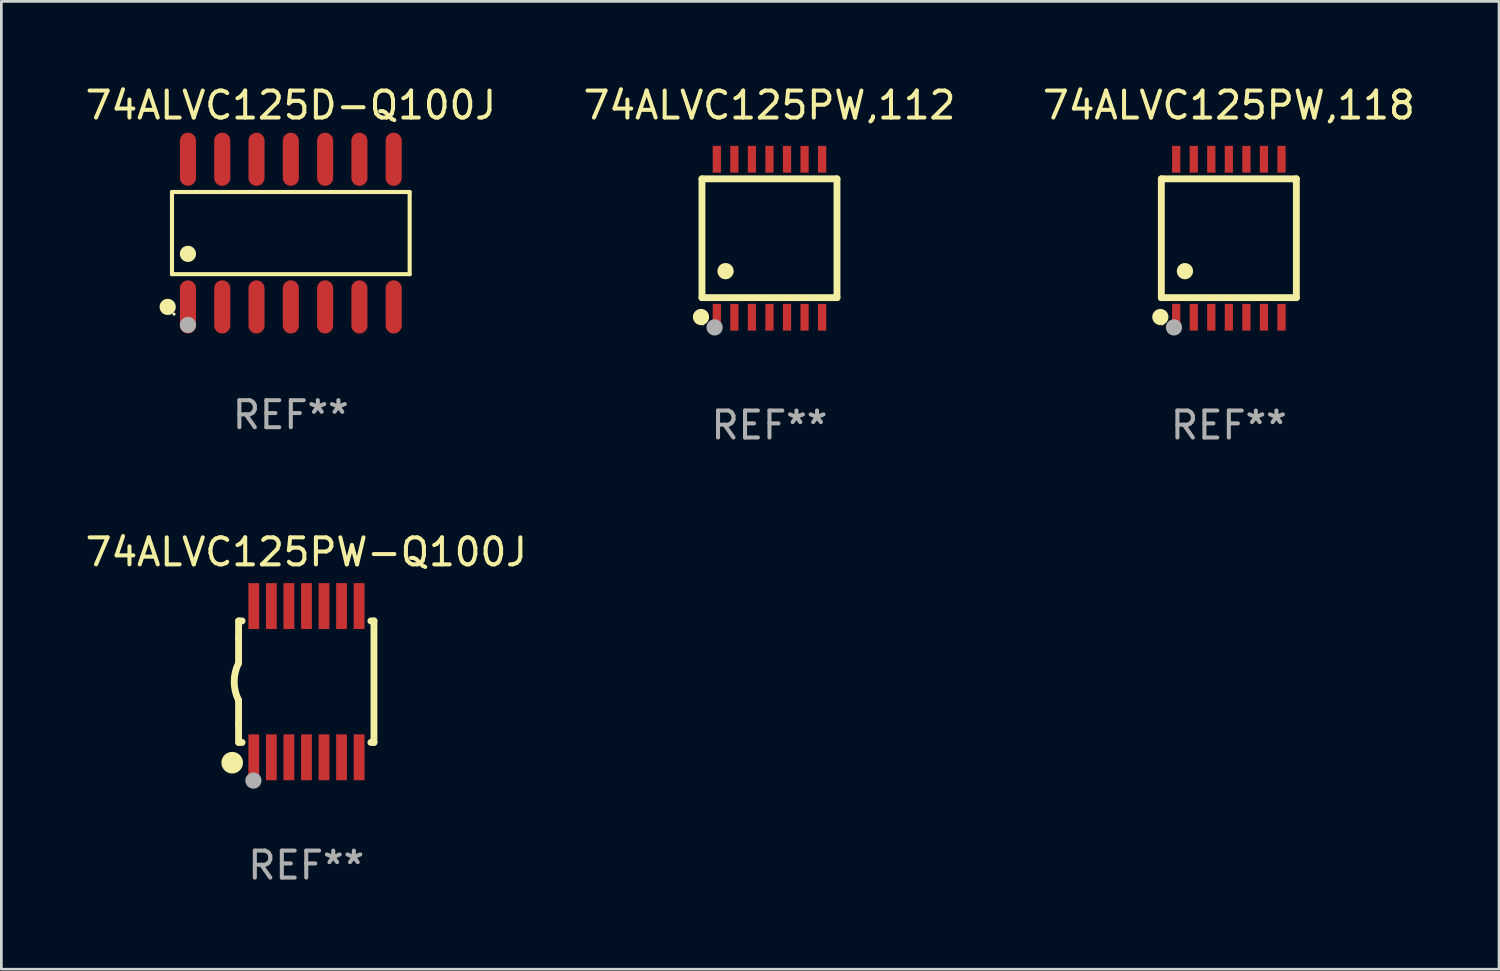
<source format=kicad_pcb>
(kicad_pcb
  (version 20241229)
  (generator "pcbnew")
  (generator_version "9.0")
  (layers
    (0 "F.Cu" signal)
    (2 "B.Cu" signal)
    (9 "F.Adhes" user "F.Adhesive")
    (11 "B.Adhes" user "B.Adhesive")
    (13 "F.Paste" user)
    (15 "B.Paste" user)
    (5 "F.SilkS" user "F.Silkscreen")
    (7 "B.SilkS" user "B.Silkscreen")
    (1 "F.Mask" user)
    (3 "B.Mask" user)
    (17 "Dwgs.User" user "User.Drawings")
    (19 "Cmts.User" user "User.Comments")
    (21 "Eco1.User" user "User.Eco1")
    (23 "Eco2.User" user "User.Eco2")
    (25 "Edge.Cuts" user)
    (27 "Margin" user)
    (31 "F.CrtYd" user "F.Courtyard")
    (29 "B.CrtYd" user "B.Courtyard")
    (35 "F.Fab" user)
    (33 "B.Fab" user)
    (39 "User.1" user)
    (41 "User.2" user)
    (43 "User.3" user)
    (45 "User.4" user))
  (footprint "74ALVC125PW,112"
    (layer "F.Cu")
    (at 25.446 5.773)
    (property "Reference" "74ALVC125PW,112" (at 0 -4.925 0) (layer "F.SilkS") (effects (font (size 1 1) (thickness 0.15))))
    (attr through_hole)
    (fp_line (start -2.5 2.2) (end -2.5 -2.2) (stroke (width 0.254) (type solid)) (layer "F.SilkS"))
    (fp_line (start -2.5 2.2) (end 2.5 2.2) (stroke (width 0.254) (type solid)) (layer "F.SilkS"))
    (fp_line (start 2.5 -2.2) (end -2.5 -2.2) (stroke (width 0.254) (type solid)) (layer "F.SilkS"))
    (fp_line (start 2.5 -2.2) (end 2.5 2.2) (stroke (width 0.254) (type solid)) (layer "F.SilkS"))
    (fp_circle (center -2.536 2.917) (end -2.386 2.917) (stroke (width 0.3) (type solid)) (fill no) (layer "F.SilkS"))
    (fp_circle (center -2.47 3.17) (end -2.44 3.17) (stroke (width 0.06) (type solid)) (fill no) (layer "F.SilkS"))
    (fp_circle (center -1.626 1.219) (end -1.475 1.219) (stroke (width 0.3) (type solid)) (fill no) (layer "F.SilkS"))
    (fp_circle (center -2.032 3.302) (end -1.882 3.302) (stroke (width 0.3) (type solid)) (fill no) (layer "F.Fab"))
    (fp_text user "REF**" (at 0 6.925 0) (layer "F.Fab") (effects (font (size 1 1) (thickness 0.15))))
    (pad "1" smd rect (at -1.95 2.925) (size 0.305 0.991) (layers "F.Cu" "F.Mask" "F.Paste"))
    (pad "2" smd rect (at -1.3 2.925) (size 0.305 0.991) (layers "F.Cu" "F.Mask" "F.Paste"))
    (pad "3" smd rect (at -0.65 2.925) (size 0.305 0.991) (layers "F.Cu" "F.Mask" "F.Paste"))
    (pad "4" smd rect (at 0 2.925) (size 0.305 0.991) (layers "F.Cu" "F.Mask" "F.Paste"))
    (pad "5" smd rect (at 0.65 2.925) (size 0.305 0.991) (layers "F.Cu" "F.Mask" "F.Paste"))
    (pad "6" smd rect (at 1.3 2.925) (size 0.305 0.991) (layers "F.Cu" "F.Mask" "F.Paste"))
    (pad "7" smd rect (at 1.95 2.925) (size 0.305 0.991) (layers "F.Cu" "F.Mask" "F.Paste"))
    (pad "8" smd rect (at 1.95 -2.925) (size 0.305 0.991) (layers "F.Cu" "F.Mask" "F.Paste"))
    (pad "9" smd rect (at 1.3 -2.925) (size 0.305 0.991) (layers "F.Cu" "F.Mask" "F.Paste"))
    (pad "10" smd rect (at 0.65 -2.925) (size 0.305 0.991) (layers "F.Cu" "F.Mask" "F.Paste"))
    (pad "11" smd rect (at 0 -2.925) (size 0.305 0.991) (layers "F.Cu" "F.Mask" "F.Paste"))
    (pad "12" smd rect (at -0.65 -2.925) (size 0.305 0.991) (layers "F.Cu" "F.Mask" "F.Paste"))
    (pad "13" smd rect (at -1.3 -2.925) (size 0.305 0.991) (layers "F.Cu" "F.Mask" "F.Paste"))
    (pad "14" smd rect (at -1.95 -2.925) (size 0.305 0.991) (layers "F.Cu" "F.Mask" "F.Paste")))
  (footprint "74ALVC125PW-Q100J"
    (layer "F.Cu")
    (at 8.292 22.195)
    (property "Reference" "74ALVC125PW-Q100J" (at 0 -4.8 0) (layer "F.SilkS") (effects (font (size 1 1) (thickness 0.15))))
    (attr through_hole)
    (fp_line (start -2.507 -1.6) (end -2.507 -2.25) (stroke (width 0.254) (type solid)) (layer "F.SilkS"))
    (fp_line (start -2.507 -0.686) (end -2.507 -1.6) (stroke (width 0.254) (type solid)) (layer "F.SilkS"))
    (fp_line (start -2.507 1.6) (end -2.507 0.686) (stroke (width 0.254) (type solid)) (layer "F.SilkS"))
    (fp_line (start -2.507 1.6) (end -2.507 2.25) (stroke (width 0.254) (type solid)) (layer "F.SilkS"))
    (fp_line (start -2.493 -2.25) (end -2.377 -2.25) (stroke (width 0.254) (type solid)) (layer "F.SilkS"))
    (fp_line (start -2.377 2.25) (end -2.493 2.25) (stroke (width 0.254) (type solid)) (layer "F.SilkS"))
    (fp_line (start 2.392 -2.25) (end 2.507 -2.25) (stroke (width 0.254) (type solid)) (layer "F.SilkS"))
    (fp_line (start 2.507 -2.25) (end 2.507 2.25) (stroke (width 0.254) (type solid)) (layer "F.SilkS"))
    (fp_line (start 2.507 2.25) (end 2.392 2.25) (stroke (width 0.254) (type solid)) (layer "F.SilkS"))
    (fp_arc (start -2.507303 0.685802) (mid -2.669199 0) (end -2.507303 -0.685801) (stroke (width 0.254001) (type solid)) (layer "F.SilkS"))
    (fp_circle (center -2.743 3) (end -2.543 3) (stroke (width 0.4) (type solid)) (fill no) (layer "F.SilkS"))
    (fp_circle (center -2.493 3.2) (end -2.463 3.2) (stroke (width 0.06) (type solid)) (fill no) (layer "F.SilkS"))
    (fp_circle (center -1.957 3.662) (end -1.807 3.662) (stroke (width 0.3) (type solid)) (fill no) (layer "F.Fab"))
    (fp_text user "REF**" (at 0 6.8 0) (layer "F.Fab") (effects (font (size 1 1) (thickness 0.15))))
    (pad "1" smd rect (at -1.943 2.8) (size 0.4 1.7) (layers "F.Cu" "F.Mask" "F.Paste"))
    (pad "2" smd rect (at -1.293 2.8) (size 0.4 1.7) (layers "F.Cu" "F.Mask" "F.Paste"))
    (pad "3" smd rect (at -0.643 2.8) (size 0.4 1.7) (layers "F.Cu" "F.Mask" "F.Paste"))
    (pad "4" smd rect (at 0.007 2.8) (size 0.4 1.7) (layers "F.Cu" "F.Mask" "F.Paste"))
    (pad "5" smd rect (at 0.657 2.8) (size 0.4 1.7) (layers "F.Cu" "F.Mask" "F.Paste"))
    (pad "6" smd rect (at 1.307 2.8) (size 0.4 1.7) (layers "F.Cu" "F.Mask" "F.Paste"))
    (pad "7" smd rect (at 1.957 2.8) (size 0.4 1.7) (layers "F.Cu" "F.Mask" "F.Paste"))
    (pad "8" smd rect (at 1.957 -2.8) (size 0.4 1.7) (layers "F.Cu" "F.Mask" "F.Paste"))
    (pad "9" smd rect (at 1.307 -2.8) (size 0.4 1.7) (layers "F.Cu" "F.Mask" "F.Paste"))
    (pad "10" smd rect (at 0.657 -2.8) (size 0.4 1.7) (layers "F.Cu" "F.Mask" "F.Paste"))
    (pad "11" smd rect (at 0.007 -2.8) (size 0.4 1.7) (layers "F.Cu" "F.Mask" "F.Paste"))
    (pad "12" smd rect (at -0.643 -2.8) (size 0.4 1.7) (layers "F.Cu" "F.Mask" "F.Paste"))
    (pad "13" smd rect (at -1.293 -2.8) (size 0.4 1.7) (layers "F.Cu" "F.Mask" "F.Paste"))
    (pad "14" smd rect (at -1.943 -2.8) (size 0.4 1.7) (layers "F.Cu" "F.Mask" "F.Paste")))
  (footprint "74ALVC125PW,118"
    (layer "F.Cu")
    (at 42.458 5.773)
    (property "Reference" "74ALVC125PW,118" (at 0 -4.925 0) (layer "F.SilkS") (effects (font (size 1 1) (thickness 0.15))))
    (attr through_hole)
    (fp_line (start -2.5 2.2) (end -2.5 -2.2) (stroke (width 0.254) (type solid)) (layer "F.SilkS"))
    (fp_line (start -2.5 2.2) (end 2.5 2.2) (stroke (width 0.254) (type solid)) (layer "F.SilkS"))
    (fp_line (start 2.5 -2.2) (end -2.5 -2.2) (stroke (width 0.254) (type solid)) (layer "F.SilkS"))
    (fp_line (start 2.5 -2.2) (end 2.5 2.2) (stroke (width 0.254) (type solid)) (layer "F.SilkS"))
    (fp_circle (center -2.536 2.917) (end -2.386 2.917) (stroke (width 0.3) (type solid)) (fill no) (layer "F.SilkS"))
    (fp_circle (center -2.47 3.17) (end -2.44 3.17) (stroke (width 0.06) (type solid)) (fill no) (layer "F.SilkS"))
    (fp_circle (center -1.626 1.219) (end -1.475 1.219) (stroke (width 0.3) (type solid)) (fill no) (layer "F.SilkS"))
    (fp_circle (center -2.032 3.302) (end -1.882 3.302) (stroke (width 0.3) (type solid)) (fill no) (layer "F.Fab"))
    (fp_text user "REF**" (at 0 6.925 0) (layer "F.Fab") (effects (font (size 1 1) (thickness 0.15))))
    (pad "1" smd rect (at -1.95 2.925) (size 0.305 0.991) (layers "F.Cu" "F.Mask" "F.Paste"))
    (pad "2" smd rect (at -1.3 2.925) (size 0.305 0.991) (layers "F.Cu" "F.Mask" "F.Paste"))
    (pad "3" smd rect (at -0.65 2.925) (size 0.305 0.991) (layers "F.Cu" "F.Mask" "F.Paste"))
    (pad "4" smd rect (at 0 2.925) (size 0.305 0.991) (layers "F.Cu" "F.Mask" "F.Paste"))
    (pad "5" smd rect (at 0.65 2.925) (size 0.305 0.991) (layers "F.Cu" "F.Mask" "F.Paste"))
    (pad "6" smd rect (at 1.3 2.925) (size 0.305 0.991) (layers "F.Cu" "F.Mask" "F.Paste"))
    (pad "7" smd rect (at 1.95 2.925) (size 0.305 0.991) (layers "F.Cu" "F.Mask" "F.Paste"))
    (pad "8" smd rect (at 1.95 -2.925) (size 0.305 0.991) (layers "F.Cu" "F.Mask" "F.Paste"))
    (pad "9" smd rect (at 1.3 -2.925) (size 0.305 0.991) (layers "F.Cu" "F.Mask" "F.Paste"))
    (pad "10" smd rect (at 0.65 -2.925) (size 0.305 0.991) (layers "F.Cu" "F.Mask" "F.Paste"))
    (pad "11" smd rect (at 0 -2.925) (size 0.305 0.991) (layers "F.Cu" "F.Mask" "F.Paste"))
    (pad "12" smd rect (at -0.65 -2.925) (size 0.305 0.991) (layers "F.Cu" "F.Mask" "F.Paste"))
    (pad "13" smd rect (at -1.3 -2.925) (size 0.305 0.991) (layers "F.Cu" "F.Mask" "F.Paste"))
    (pad "14" smd rect (at -1.95 -2.925) (size 0.305 0.991) (layers "F.Cu" "F.Mask" "F.Paste")))
  (footprint "74ALVC125D-Q100J"
    (layer "F.Cu")
    (at 7.72 5.582)
    (property "Reference" "74ALVC125D-Q100J" (at 0 -4.734 0) (layer "F.SilkS") (effects (font (size 1 1) (thickness 0.15))))
    (attr through_hole)
    (fp_line (start -4.401 -1.521) (end 4.401 -1.521) (stroke (width 0.152) (type solid)) (layer "F.SilkS"))
    (fp_line (start -4.401 1.521) (end -4.401 -1.521) (stroke (width 0.152) (type solid)) (layer "F.SilkS"))
    (fp_line (start 4.401 -1.521) (end 4.401 1.521) (stroke (width 0.152) (type solid)) (layer "F.SilkS"))
    (fp_line (start 4.401 1.521) (end -4.401 1.521) (stroke (width 0.152) (type solid)) (layer "F.SilkS"))
    (fp_circle (center -4.56 2.734) (end -4.41 2.734) (stroke (width 0.3) (type solid)) (fill no) (layer "F.SilkS"))
    (fp_circle (center -4.325 3) (end -4.295 3) (stroke (width 0.06) (type solid)) (fill no) (layer "F.SilkS"))
    (fp_circle (center -3.81 0.769) (end -3.66 0.769) (stroke (width 0.3) (type solid)) (fill no) (layer "F.SilkS"))
    (fp_circle (center -3.81 3.4) (end -3.66 3.4) (stroke (width 0.3) (type solid)) (fill no) (layer "F.Fab"))
    (fp_text user "REF**" (at 0 6.734 0) (layer "F.Fab") (effects (font (size 1 1) (thickness 0.15))))
    (pad "1" smd oval (at -3.81 2.734) (size 0.595 1.968) (layers "F.Cu" "F.Mask" "F.Paste"))
    (pad "2" smd oval (at -2.54 2.734) (size 0.595 1.968) (layers "F.Cu" "F.Mask" "F.Paste"))
    (pad "3" smd oval (at -1.27 2.734) (size 0.595 1.968) (layers "F.Cu" "F.Mask" "F.Paste"))
    (pad "4" smd oval (at 0 2.734) (size 0.595 1.968) (layers "F.Cu" "F.Mask" "F.Paste"))
    (pad "5" smd oval (at 1.27 2.734) (size 0.595 1.968) (layers "F.Cu" "F.Mask" "F.Paste"))
    (pad "6" smd oval (at 2.54 2.734) (size 0.595 1.968) (layers "F.Cu" "F.Mask" "F.Paste"))
    (pad "7" smd oval (at 3.81 2.734) (size 0.595 1.968) (layers "F.Cu" "F.Mask" "F.Paste"))
    (pad "8" smd oval (at 3.81 -2.734) (size 0.595 1.968) (layers "F.Cu" "F.Mask" "F.Paste"))
    (pad "9" smd oval (at 2.54 -2.734) (size 0.595 1.968) (layers "F.Cu" "F.Mask" "F.Paste"))
    (pad "10" smd oval (at 1.27 -2.734) (size 0.595 1.968) (layers "F.Cu" "F.Mask" "F.Paste"))
    (pad "11" smd oval (at 0 -2.734) (size 0.595 1.968) (layers "F.Cu" "F.Mask" "F.Paste"))
    (pad "12" smd oval (at -1.27 -2.734) (size 0.595 1.968) (layers "F.Cu" "F.Mask" "F.Paste"))
    (pad "13" smd oval (at -2.54 -2.734) (size 0.595 1.968) (layers "F.Cu" "F.Mask" "F.Paste"))
    (pad "14" smd oval (at -3.81 -2.734) (size 0.595 1.968) (layers "F.Cu" "F.Mask" "F.Paste")))
  (gr_rect
    (start -3 -3)
    (end 52.464 32.843)
    (stroke (width 0.1) (type default))
    (fill no)
    (layer "Edge.Cuts")))
</source>
